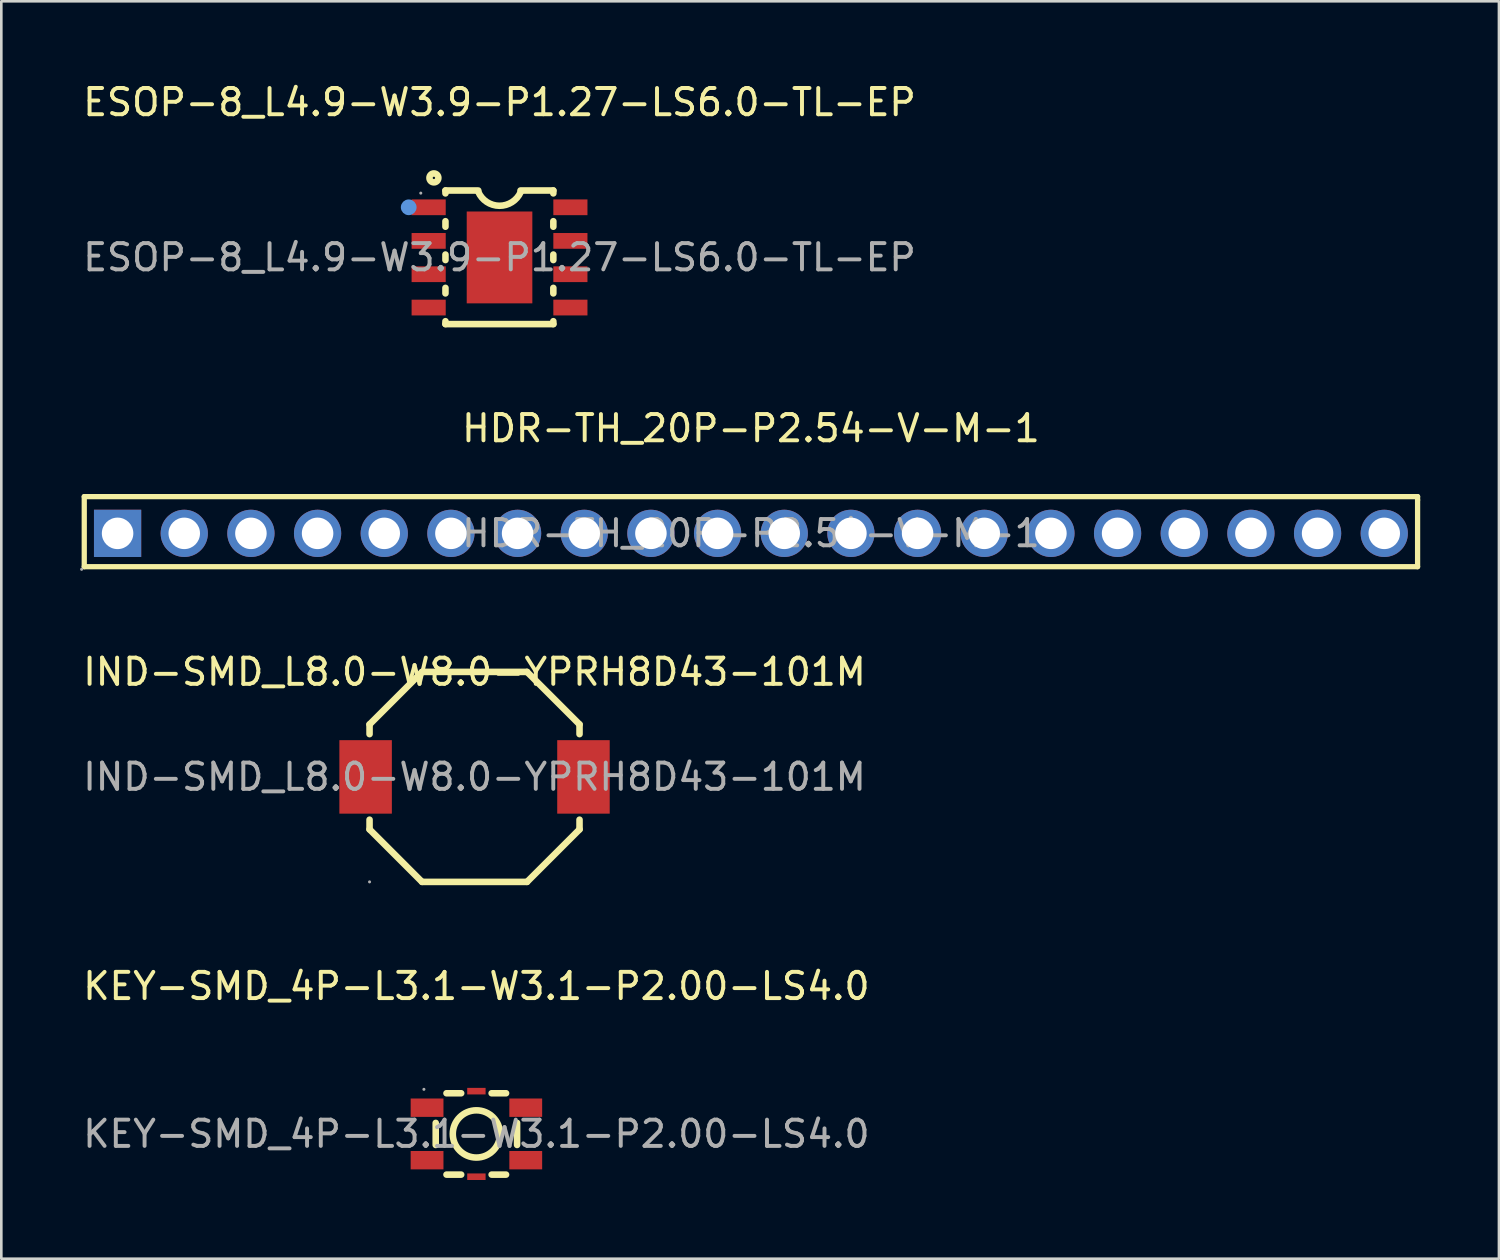
<source format=kicad_pcb>
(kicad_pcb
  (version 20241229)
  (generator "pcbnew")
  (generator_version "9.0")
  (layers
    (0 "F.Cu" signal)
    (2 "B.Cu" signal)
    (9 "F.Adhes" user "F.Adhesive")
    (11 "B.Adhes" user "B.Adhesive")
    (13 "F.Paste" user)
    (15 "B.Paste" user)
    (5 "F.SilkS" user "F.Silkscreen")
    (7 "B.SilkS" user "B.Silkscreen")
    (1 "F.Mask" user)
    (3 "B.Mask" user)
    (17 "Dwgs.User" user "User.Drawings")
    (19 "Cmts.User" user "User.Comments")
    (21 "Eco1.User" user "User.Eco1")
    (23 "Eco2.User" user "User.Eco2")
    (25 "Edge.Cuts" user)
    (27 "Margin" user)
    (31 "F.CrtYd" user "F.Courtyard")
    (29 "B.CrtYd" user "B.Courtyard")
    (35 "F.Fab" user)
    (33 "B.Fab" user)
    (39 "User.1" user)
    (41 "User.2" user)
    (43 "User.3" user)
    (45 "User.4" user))
  (footprint "IND-SMD_L8.0-W8.0-YPRH8D43-101M"
    (layer "F.Cu")
    (at 15.03 26.55)
    (property "Reference" "IND-SMD_L8.0-W8.0-YPRH8D43-101M" (at 0 -4 0) (layer "F.SilkS") (effects (font (size 1 1) (thickness 0.15))))
    (attr smd)
    (fp_line (start -4 -2) (end -4 -1.63) (stroke (width 0.25) (type solid)) (layer "F.SilkS"))
    (fp_line (start -4 1.63) (end -4 2) (stroke (width 0.25) (type solid)) (layer "F.SilkS"))
    (fp_line (start -4 2) (end -2 4) (stroke (width 0.25) (type solid)) (layer "F.SilkS"))
    (fp_line (start -2 -4) (end -4 -2) (stroke (width 0.25) (type solid)) (layer "F.SilkS"))
    (fp_line (start -2 4) (end 2 4) (stroke (width 0.25) (type solid)) (layer "F.SilkS"))
    (fp_line (start 2 -4) (end -2 -4) (stroke (width 0.25) (type solid)) (layer "F.SilkS"))
    (fp_line (start 2 4) (end 4 2) (stroke (width 0.25) (type solid)) (layer "F.SilkS"))
    (fp_line (start 4 -2) (end 2 -4) (stroke (width 0.25) (type solid)) (layer "F.SilkS"))
    (fp_line (start 4 -1.63) (end 4 -2) (stroke (width 0.25) (type solid)) (layer "F.SilkS"))
    (fp_line (start 4 2) (end 4 1.63) (stroke (width 0.25) (type solid)) (layer "F.SilkS"))
    (fp_circle (center -4 4) (end -3.97 4) (stroke (width 0.06) (type solid)) (fill no) (layer "F.Fab"))
    (fp_text user "${REFERENCE}" (at 0 0 0) (layer "F.Fab") (effects (font (size 1 1) (thickness 0.15))))
    (pad "1" smd rect (at -4.15 0) (size 2 2.8) (layers "F.Cu" "F.Mask" "F.Paste"))
    (pad "2" smd rect (at 4.15 0) (size 2 2.8) (layers "F.Cu" "F.Mask" "F.Paste")))
  (footprint "ESOP-8_L4.9-W3.9-P1.27-LS6.0-TL-EP"
    (layer "F.Cu")
    (at 15.982 6.758)
    (property "Reference" "ESOP-8_L4.9-W3.9-P1.27-LS6.0-TL-EP" (at 0 -5.91 0) (layer "F.SilkS") (effects (font (size 1 1) (thickness 0.15))))
    (attr smd)
    (fp_line (start -2.06 -2.55) (end -2.06 -2.44) (stroke (width 0.25) (type solid)) (layer "F.SilkS"))
    (fp_line (start -2.06 -1.38) (end -2.06 -1.17) (stroke (width 0.25) (type solid)) (layer "F.SilkS"))
    (fp_line (start -2.06 -0.11) (end -2.06 0.1) (stroke (width 0.25) (type solid)) (layer "F.SilkS"))
    (fp_line (start -2.06 1.16) (end -2.06 1.37) (stroke (width 0.25) (type solid)) (layer "F.SilkS"))
    (fp_line (start -2.06 2.43) (end -2.06 2.54) (stroke (width 0.25) (type solid)) (layer "F.SilkS"))
    (fp_line (start -0.81 -2.55) (end -2.06 -2.55) (stroke (width 0.25) (type solid)) (layer "F.SilkS"))
    (fp_line (start 0.8 -2.55) (end 2.05 -2.55) (stroke (width 0.25) (type solid)) (layer "F.SilkS"))
    (fp_line (start 2.05 -2.55) (end 2.05 -2.44) (stroke (width 0.25) (type solid)) (layer "F.SilkS"))
    (fp_line (start 2.05 -1.38) (end 2.05 -1.17) (stroke (width 0.25) (type solid)) (layer "F.SilkS"))
    (fp_line (start 2.05 -0.11) (end 2.05 0.1) (stroke (width 0.25) (type solid)) (layer "F.SilkS"))
    (fp_line (start 2.05 1.16) (end 2.05 1.37) (stroke (width 0.25) (type solid)) (layer "F.SilkS"))
    (fp_line (start 2.05 2.43) (end 2.05 2.54) (stroke (width 0.25) (type solid)) (layer "F.SilkS"))
    (fp_line (start 2.05 2.54) (end -2.06 2.54) (stroke (width 0.25) (type solid)) (layer "F.SilkS"))
    (fp_arc (start 0.804328 -2.487155) (mid -0.007021 -1.967645) (end -0.81 -2.5) (stroke (width 0.25) (type solid)) (layer "F.SilkS"))
    (fp_circle (center -2.5 -3.03) (end -2.33 -3.03) (stroke (width 0.25) (type solid)) (fill no) (layer "F.SilkS"))
    (fp_circle (center -3.46 -1.91) (end -3.31 -1.91) (stroke (width 0.3) (type solid)) (fill no) (layer "Cmts.User"))
    (fp_circle (center -3 -2.45) (end -2.97 -2.45) (stroke (width 0.06) (type solid)) (fill no) (layer "F.Fab"))
    (fp_text user "${REFERENCE}" (at 0 0 0) (layer "F.Fab") (effects (font (size 1 1) (thickness 0.15))))
    (pad "1" smd rect (at -2.7 -1.91) (size 1.3 0.6) (layers "F.Cu" "F.Mask" "F.Paste"))
    (pad "2" smd rect (at -2.7 -0.63) (size 1.3 0.6) (layers "F.Cu" "F.Mask" "F.Paste"))
    (pad "3" smd rect (at -2.7 0.64) (size 1.3 0.6) (layers "F.Cu" "F.Mask" "F.Paste"))
    (pad "4" smd rect (at -2.7 1.91) (size 1.3 0.6) (layers "F.Cu" "F.Mask" "F.Paste"))
    (pad "5" smd rect (at 2.7 1.91) (size 1.3 0.6) (layers "F.Cu" "F.Mask" "F.Paste"))
    (pad "6" smd rect (at 2.7 0.64) (size 1.3 0.6) (layers "F.Cu" "F.Mask" "F.Paste"))
    (pad "7" smd rect (at 2.7 -0.63) (size 1.3 0.6) (layers "F.Cu" "F.Mask" "F.Paste"))
    (pad "8" smd rect (at 2.7 -1.91) (size 1.3 0.6) (layers "F.Cu" "F.Mask" "F.Paste"))
    (pad "9" smd rect (at 0 0) (size 2.5 3.5) (layers "F.Cu" "F.Mask" "F.Paste")))
  (footprint "HDR-TH_20P-P2.54-V-M-1"
    (layer "F.Cu")
    (at 25.56 17.271)
    (property "Reference" "HDR-TH_20P-P2.54-V-M-1" (at 0 -4 0) (layer "F.SilkS") (effects (font (size 1 1) (thickness 0.15))))
    (attr through_hole)
    (fp_line (start -25.4 -1.4) (end -25.4 1.27) (stroke (width 0.2) (type solid)) (layer "F.SilkS"))
    (fp_line (start -25.4 1.27) (end 25.4 1.27) (stroke (width 0.2) (type solid)) (layer "F.SilkS"))
    (fp_line (start 25.4 -1.4) (end -25.4 -1.4) (stroke (width 0.2) (type solid)) (layer "F.SilkS"))
    (fp_line (start 25.4 -1.27) (end 25.4 -1.4) (stroke (width 0.2) (type solid)) (layer "F.SilkS"))
    (fp_line (start 25.4 1.27) (end 25.4 -1.27) (stroke (width 0.2) (type solid)) (layer "F.SilkS"))
    (fp_circle (center -25.5 1.37) (end -25.47 1.37) (stroke (width 0.06) (type solid)) (fill no) (layer "F.Fab"))
    (fp_circle (center -24.13 0) (end -23.88 0) (stroke (width 0.5) (type solid)) (fill no) (layer "F.Fab"))
    (fp_circle (center -21.59 0) (end -21.34 0) (stroke (width 0.5) (type solid)) (fill no) (layer "F.Fab"))
    (fp_circle (center -19.05 0) (end -18.8 0) (stroke (width 0.5) (type solid)) (fill no) (layer "F.Fab"))
    (fp_circle (center -16.51 0) (end -16.26 0) (stroke (width 0.5) (type solid)) (fill no) (layer "F.Fab"))
    (fp_circle (center -13.97 0) (end -13.72 0) (stroke (width 0.5) (type solid)) (fill no) (layer "F.Fab"))
    (fp_circle (center -11.43 0) (end -11.18 0) (stroke (width 0.5) (type solid)) (fill no) (layer "F.Fab"))
    (fp_circle (center -8.89 0) (end -8.64 0) (stroke (width 0.5) (type solid)) (fill no) (layer "F.Fab"))
    (fp_circle (center -6.35 0) (end -6.1 0) (stroke (width 0.5) (type solid)) (fill no) (layer "F.Fab"))
    (fp_circle (center -3.81 0) (end -3.56 0) (stroke (width 0.5) (type solid)) (fill no) (layer "F.Fab"))
    (fp_circle (center -1.27 0) (end -1.02 0) (stroke (width 0.5) (type solid)) (fill no) (layer "F.Fab"))
    (fp_circle (center 1.27 0) (end 1.52 0) (stroke (width 0.5) (type solid)) (fill no) (layer "F.Fab"))
    (fp_circle (center 3.81 0) (end 4.06 0) (stroke (width 0.5) (type solid)) (fill no) (layer "F.Fab"))
    (fp_circle (center 6.35 0) (end 6.6 0) (stroke (width 0.5) (type solid)) (fill no) (layer "F.Fab"))
    (fp_circle (center 8.89 0) (end 9.14 0) (stroke (width 0.5) (type solid)) (fill no) (layer "F.Fab"))
    (fp_circle (center 11.43 0) (end 11.68 0) (stroke (width 0.5) (type solid)) (fill no) (layer "F.Fab"))
    (fp_circle (center 13.97 0) (end 14.22 0) (stroke (width 0.5) (type solid)) (fill no) (layer "F.Fab"))
    (fp_circle (center 16.51 0) (end 16.76 0) (stroke (width 0.5) (type solid)) (fill no) (layer "F.Fab"))
    (fp_circle (center 19.05 0) (end 19.3 0) (stroke (width 0.5) (type solid)) (fill no) (layer "F.Fab"))
    (fp_circle (center 21.59 0) (end 21.84 0) (stroke (width 0.5) (type solid)) (fill no) (layer "F.Fab"))
    (fp_circle (center 24.13 0) (end 24.38 0) (stroke (width 0.5) (type solid)) (fill no) (layer "F.Fab"))
    (fp_text user "${REFERENCE}" (at 0 0 0) (layer "F.Fab") (effects (font (size 1 1) (thickness 0.15))))
    (pad "1" thru_hole rect (at -24.13 0) (size 1.8 1.8) (drill 1.2) (layers "*.Cu" "*.Mask"))
    (pad "2" thru_hole circle (at -21.59 0) (size 1.8 1.8) (drill 1.2) (layers "*.Cu" "*.Mask"))
    (pad "3" thru_hole circle (at -19.05 0) (size 1.8 1.8) (drill 1.2) (layers "*.Cu" "*.Mask"))
    (pad "4" thru_hole circle (at -16.51 0) (size 1.8 1.8) (drill 1.2) (layers "*.Cu" "*.Mask"))
    (pad "5" thru_hole circle (at -13.97 0) (size 1.8 1.8) (drill 1.2) (layers "*.Cu" "*.Mask"))
    (pad "6" thru_hole circle (at -11.43 0) (size 1.8 1.8) (drill 1.2) (layers "*.Cu" "*.Mask"))
    (pad "7" thru_hole circle (at -8.89 0) (size 1.8 1.8) (drill 1.2) (layers "*.Cu" "*.Mask"))
    (pad "8" thru_hole circle (at -6.35 0) (size 1.8 1.8) (drill 1.2) (layers "*.Cu" "*.Mask"))
    (pad "9" thru_hole circle (at -3.81 0) (size 1.8 1.8) (drill 1.2) (layers "*.Cu" "*.Mask"))
    (pad "10" thru_hole circle (at -1.27 0) (size 1.8 1.8) (drill 1.2) (layers "*.Cu" "*.Mask"))
    (pad "11" thru_hole circle (at 1.27 0) (size 1.8 1.8) (drill 1.2) (layers "*.Cu" "*.Mask"))
    (pad "12" thru_hole circle (at 3.81 0) (size 1.8 1.8) (drill 1.2) (layers "*.Cu" "*.Mask"))
    (pad "13" thru_hole circle (at 6.35 0) (size 1.8 1.8) (drill 1.2) (layers "*.Cu" "*.Mask"))
    (pad "14" thru_hole circle (at 8.89 0) (size 1.8 1.8) (drill 1.2) (layers "*.Cu" "*.Mask"))
    (pad "15" thru_hole circle (at 11.43 0) (size 1.8 1.8) (drill 1.2) (layers "*.Cu" "*.Mask"))
    (pad "16" thru_hole circle (at 13.97 0) (size 1.8 1.8) (drill 1.2) (layers "*.Cu" "*.Mask"))
    (pad "17" thru_hole circle (at 16.51 0) (size 1.8 1.8) (drill 1.2) (layers "*.Cu" "*.Mask"))
    (pad "18" thru_hole circle (at 19.05 0) (size 1.8 1.8) (drill 1.2) (layers "*.Cu" "*.Mask"))
    (pad "19" thru_hole circle (at 21.59 0) (size 1.8 1.8) (drill 1.2) (layers "*.Cu" "*.Mask"))
    (pad "20" thru_hole circle (at 24.13 0) (size 1.8 1.8) (drill 1.2) (layers "*.Cu" "*.Mask")))
  (footprint "KEY-SMD_4P-L3.1-W3.1-P2.00-LS4.0"
    (layer "F.Cu")
    (at 15.101 40.153)
    (property "Reference" "KEY-SMD_4P-L3.1-W3.1-P2.00-LS4.0" (at 0 -5.63 0) (layer "F.SilkS") (effects (font (size 1 1) (thickness 0.15))))
    (attr smd)
    (fp_line (start -1.55 -0.42) (end -1.55 0.42) (stroke (width 0.25) (type solid)) (layer "F.SilkS"))
    (fp_line (start -1.14 -1.55) (end -0.58 -1.55) (stroke (width 0.25) (type solid)) (layer "F.SilkS"))
    (fp_line (start -0.58 1.55) (end -1.14 1.55) (stroke (width 0.25) (type solid)) (layer "F.SilkS"))
    (fp_line (start 0.58 -1.55) (end 1.13 -1.55) (stroke (width 0.25) (type solid)) (layer "F.SilkS"))
    (fp_line (start 1.13 1.55) (end 0.58 1.55) (stroke (width 0.25) (type solid)) (layer "F.SilkS"))
    (fp_line (start 1.55 -0.42) (end 1.55 0.42) (stroke (width 0.25) (type solid)) (layer "F.SilkS"))
    (fp_circle (center 0 0) (end 0.9 0) (stroke (width 0.25) (type solid)) (fill no) (layer "F.SilkS"))
    (fp_circle (center -2 -1.7) (end -1.97 -1.7) (stroke (width 0.06) (type solid)) (fill no) (layer "F.Fab"))
    (fp_text user "${REFERENCE}" (at 0 0 0) (layer "F.Fab") (effects (font (size 1 1) (thickness 0.15))))
    (pad "1" smd rect (at -1.88 -1) (size 1.25 0.7) (layers "F.Cu" "F.Mask" "F.Paste"))
    (pad "2" smd rect (at 1.88 -1) (size 1.25 0.7) (layers "F.Cu" "F.Mask" "F.Paste"))
    (pad "3" smd rect (at -1.88 1) (size 1.25 0.7) (layers "F.Cu" "F.Mask" "F.Paste"))
    (pad "4" smd rect (at 1.88 1) (size 1.25 0.7) (layers "F.Cu" "F.Mask" "F.Paste"))
    (pad "5" smd rect (at 0 1.63 90) (size 0.25 0.7) (layers "F.Cu" "F.Mask" "F.Paste"))
    (pad "6" smd rect (at 0 -1.63 90) (size 0.25 0.7) (layers "F.Cu" "F.Mask" "F.Paste")))
  (gr_rect
    (start -3 -3)
    (end 54.06 44.908)
    (stroke (width 0.1) (type default))
    (fill no)
    (layer "Edge.Cuts")))
</source>
